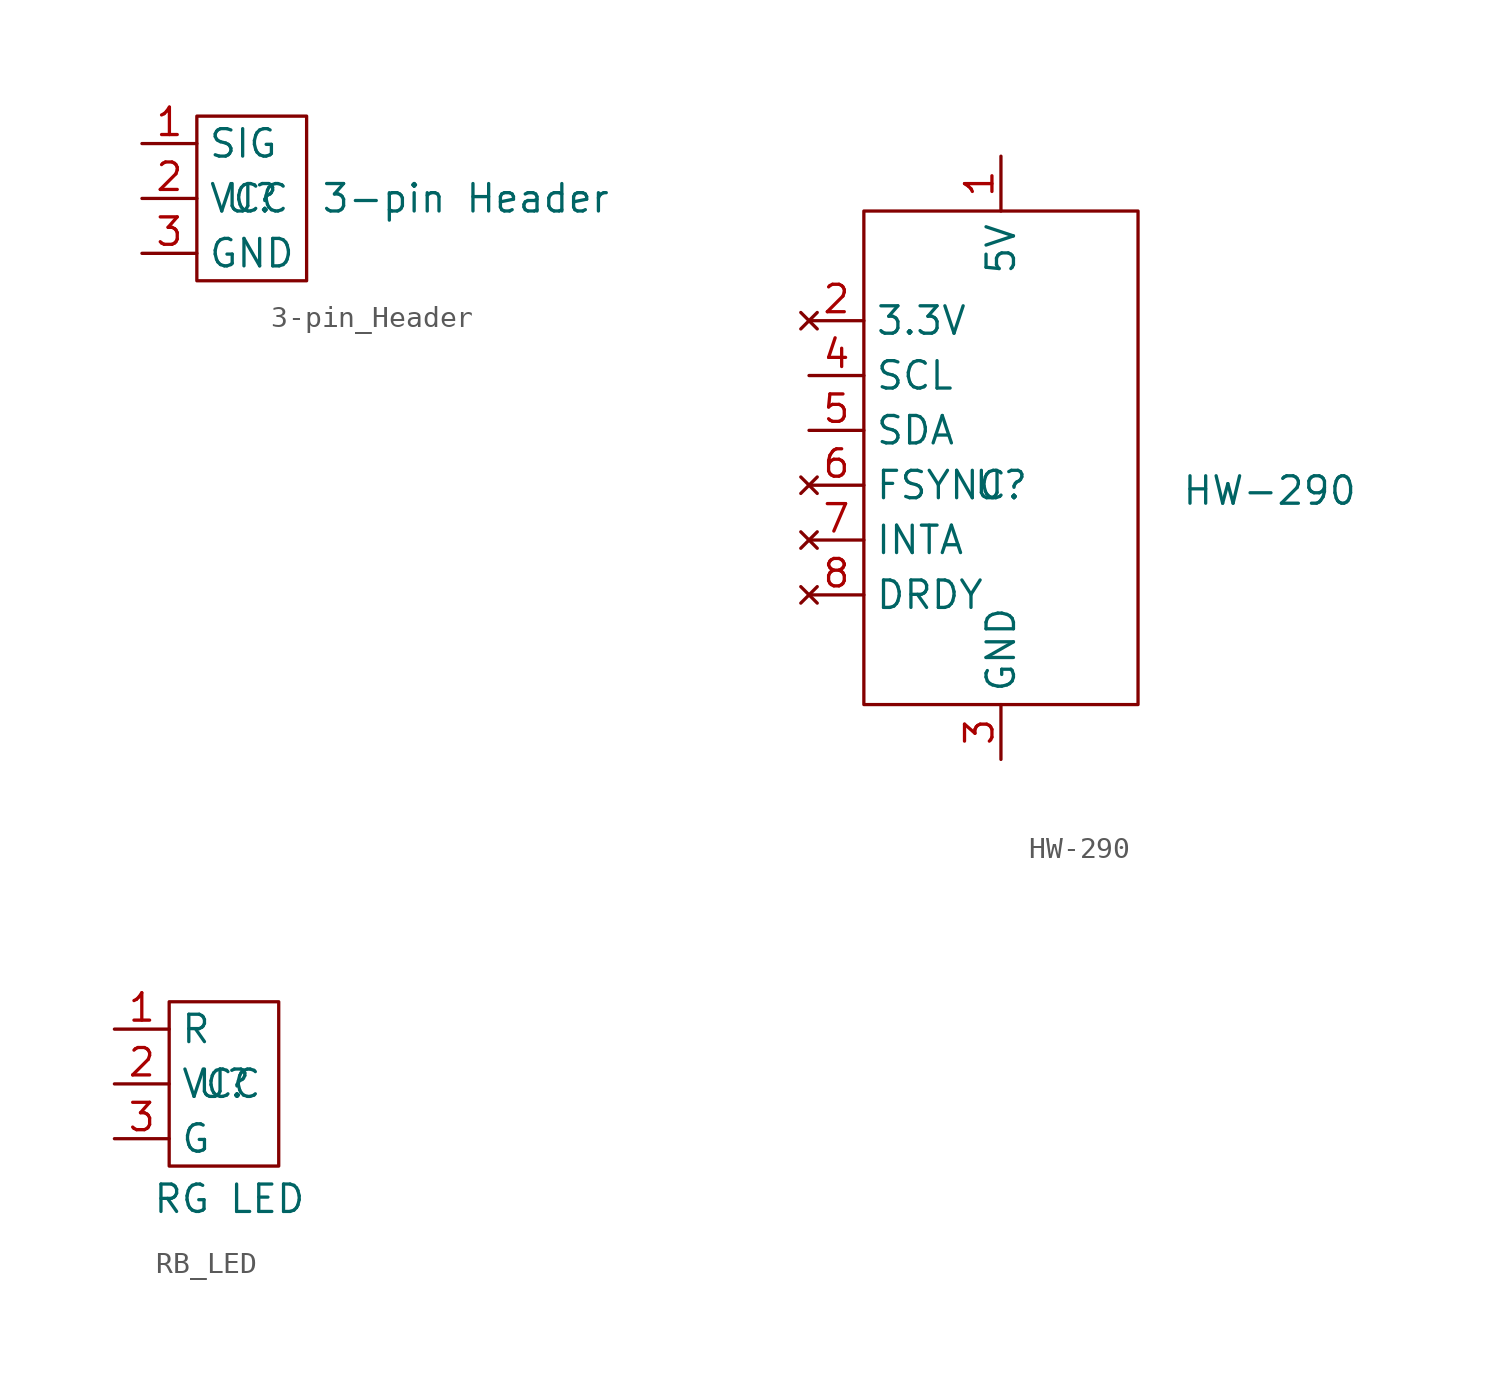
<source format=kicad_sym>
(kicad_symbol_lib
  (version 20241209)
  (generator "kicad_symbol_editor")
  (generator_version "9.0")
  (symbol "3-pin_Header"
    (property "Reference" "U"
      (at 0 0 0)
      (effects (font (size 1.27 1.27))))
    (property "Value" "3-pin Header"
      (at 9.906 0 0)
      (effects (font (size 1.27 1.27))))
    (symbol "3-pin_Header_0_1"
      (rectangle (start -2.54 3.81) (end 2.54 -3.81) (stroke (width 0) (type default)) (fill (type none))))
    (symbol "3-pin_Header_1_1"
      (pin input line (at -5.08 2.54 0) (length 2.54) (name "SIG" (effects (font (size 1.27 1.27)))) (number "1" (effects (font (size 1.27 1.27)))))
      (pin power_in line (at -5.08 0 0) (length 2.54) (name "VCC" (effects (font (size 1.27 1.27)))) (number "2" (effects (font (size 1.27 1.27)))))
      (pin power_in line (at -5.08 -2.54 0) (length 2.54) (name "GND" (effects (font (size 1.27 1.27)))) (number "3" (effects (font (size 1.27 1.27)))))))
  (symbol "HW-290"
    (property "Reference" "U"
      (at 0 0 0)
      (effects (font (size 1.27 1.27))))
    (property "Value" "HW-290"
      (at 12.446 -0.254 0)
      (effects (font (size 1.27 1.27))))
    (symbol "HW-290_0_1"
      (rectangle (start -6.35 12.7) (end 6.35 -10.16) (stroke (width 0) (type default)) (fill (type none))))
    (symbol "HW-290_1_1"
      (pin no_connect line (at -8.89 7.62 0) (length 2.54) (name "3.3V" (effects (font (size 1.27 1.27)))) (number "2" (effects (font (size 1.27 1.27)))))
      (pin input line (at -8.89 5.08 0) (length 2.54) (name "SCL" (effects (font (size 1.27 1.27)))) (number "4" (effects (font (size 1.27 1.27)))))
      (pin bidirectional line (at -8.89 2.54 0) (length 2.54) (name "SDA" (effects (font (size 1.27 1.27)))) (number "5" (effects (font (size 1.27 1.27)))))
      (pin no_connect line (at -8.89 0 0) (length 2.54) (name "FSYNC" (effects (font (size 1.27 1.27)))) (number "6" (effects (font (size 1.27 1.27)))))
      (pin no_connect line (at -8.89 -2.54 0) (length 2.54) (name "INTA" (effects (font (size 1.27 1.27)))) (number "7" (effects (font (size 1.27 1.27)))))
      (pin no_connect line (at -8.89 -5.08 0) (length 2.54) (name "DRDY" (effects (font (size 1.27 1.27)))) (number "8" (effects (font (size 1.27 1.27)))))
      (pin power_in line (at 0 15.24 270) (length 2.54) (name "5V" (effects (font (size 1.27 1.27)))) (number "1" (effects (font (size 1.27 1.27)))))
      (pin power_in line (at 0 -12.7 90) (length 2.54) (name "GND" (effects (font (size 1.27 1.27)))) (number "3" (effects (font (size 1.27 1.27)))))))
  (symbol "RB_LED"
    (property "Reference" "U"
      (at 0 0 0)
      (effects (font (size 1.27 1.27))))
    (property "Value" "RG LED"
      (at 0.254 -5.334 0)
      (effects (font (size 1.27 1.27))))
    (symbol "RB_LED_0_1"
      (rectangle (start -2.54 3.81) (end 2.54 -3.81) (stroke (width 0) (type default)) (fill (type none))))
    (symbol "RB_LED_1_1"
      (pin input line (at -5.08 2.54 0) (length 2.54) (name "R" (effects (font (size 1.27 1.27)))) (number "1" (effects (font (size 1.27 1.27)))))
      (pin power_in line (at -5.08 0 0) (length 2.54) (name "VCC" (effects (font (size 1.27 1.27)))) (number "2" (effects (font (size 1.27 1.27)))))
      (pin input line (at -5.08 -2.54 0) (length 2.54) (name "G" (effects (font (size 1.27 1.27)))) (number "3" (effects (font (size 1.27 1.27))))))))
</source>
